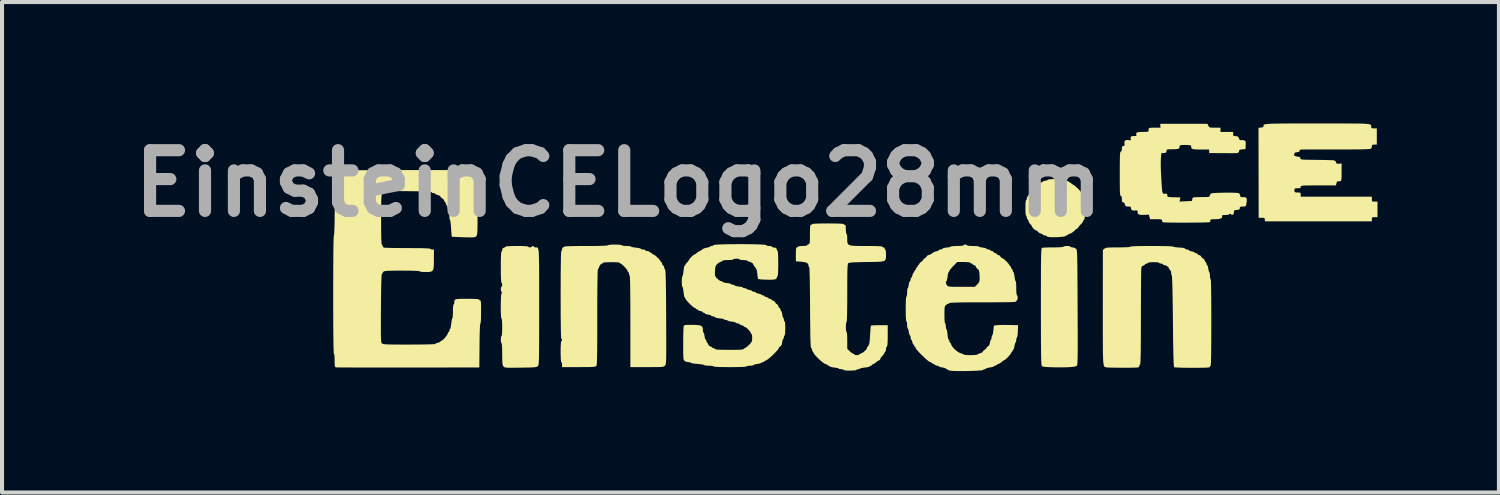
<source format=kicad_pcb>
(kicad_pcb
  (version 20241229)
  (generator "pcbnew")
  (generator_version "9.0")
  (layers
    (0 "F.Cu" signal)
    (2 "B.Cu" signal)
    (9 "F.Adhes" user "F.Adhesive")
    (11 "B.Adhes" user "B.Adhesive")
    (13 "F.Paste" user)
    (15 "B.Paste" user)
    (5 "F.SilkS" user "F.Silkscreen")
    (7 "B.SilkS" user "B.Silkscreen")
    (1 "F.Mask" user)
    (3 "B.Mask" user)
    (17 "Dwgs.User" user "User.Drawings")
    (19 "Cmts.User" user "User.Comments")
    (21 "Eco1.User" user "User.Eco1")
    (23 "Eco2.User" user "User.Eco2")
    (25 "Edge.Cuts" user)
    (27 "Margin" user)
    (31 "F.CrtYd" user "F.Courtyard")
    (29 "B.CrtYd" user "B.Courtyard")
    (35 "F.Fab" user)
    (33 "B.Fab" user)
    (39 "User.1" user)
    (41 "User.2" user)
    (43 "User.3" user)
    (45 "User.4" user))
  (footprint "EinsteinCELogo28mm"
    (layer "F.Cu")
    (at 17.969 3.062)
    (property "Reference" "EinsteinCELogo28mm" (at -5.74 -1.58 0) (layer "F.Fab") (effects (font (size 1.5 1.5) (thickness 0.3))))
    (attr board_only exclude_from_pos_files exclude_from_bom)
    (fp_poly (pts (xy 5.391 -0.032) (xy 5.422 -0.024) (xy 5.428 -0.017) (xy 5.443 -0.005) (xy 5.477 0) (xy 5.528 0.011) (xy 5.562 0.031) (xy 5.569 0.037) (xy 5.574 0.045) (xy 5.579 0.057) (xy 5.583 0.076) (xy 5.587 0.104) (xy 5.59 0.142) (xy 5.592 0.194) (xy 5.595 0.262) (xy 5.596 0.347) (xy 5.598 0.453) (xy 5.599 0.581) (xy 5.6 0.733) (xy 5.601 0.913) (xy 5.603 1.122) (xy 5.604 1.362) (xy 5.604 1.48) (xy 5.605 1.738) (xy 5.606 1.964) (xy 5.607 2.159) (xy 5.607 2.326) (xy 5.607 2.466) (xy 5.606 2.583) (xy 5.605 2.679) (xy 5.603 2.755) (xy 5.601 2.814) (xy 5.599 2.858) (xy 5.595 2.889) (xy 5.592 2.909) (xy 5.587 2.921) (xy 5.584 2.925) (xy 5.55 2.941) (xy 5.482 2.952) (xy 5.382 2.96) (xy 5.25 2.964) (xy 5.089 2.964) (xy 4.987 2.962) (xy 4.88 2.958) (xy 4.804 2.953) (xy 4.754 2.946) (xy 4.726 2.936) (xy 4.722 2.932) (xy 4.717 2.923) (xy 4.713 2.905) (xy 4.71 2.875) (xy 4.707 2.83) (xy 4.705 2.77) (xy 4.703 2.692) (xy 4.701 2.594) (xy 4.7 2.474) (xy 4.699 2.329) (xy 4.698 2.158) (xy 4.698 1.958) (xy 4.697 1.728) (xy 4.697 1.465) (xy 4.697 1.464) (xy 4.697 1.205) (xy 4.697 0.979) (xy 4.698 0.782) (xy 4.698 0.615) (xy 4.699 0.473) (xy 4.7 0.355) (xy 4.702 0.259) (xy 4.703 0.182) (xy 4.706 0.123) (xy 4.708 0.079) (xy 4.711 0.048) (xy 4.715 0.027) (xy 4.719 0.016) (xy 4.724 0.011) (xy 4.725 0.011) (xy 4.751 0.007) (xy 4.806 0.004) (xy 4.881 0.001) (xy 4.969 0.000094) (xy 5.003 0) (xy 5.107 -0.001) (xy 5.185 -0.005) (xy 5.235 -0.01) (xy 5.254 -0.017) (xy 5.254 -0.017) (xy 5.27 -0.027) (xy 5.31 -0.034) (xy 5.341 -0.035)) (stroke (width 0) (type solid)) (fill yes) (layer "F.SilkS"))
    (fp_poly (pts (xy -7.832 -0.025) (xy -7.829 -0.017) (xy -7.814 -0.004) (xy -7.79 0.000266) (xy -7.773 -0.000198) (xy -7.759 -0.000373) (xy -7.747 0.002) (xy -7.736 0.009) (xy -7.728 0.023) (xy -7.72 0.045) (xy -7.714 0.079) (xy -7.709 0.127) (xy -7.706 0.19) (xy -7.703 0.27) (xy -7.701 0.371) (xy -7.699 0.493) (xy -7.699 0.64) (xy -7.698 0.814) (xy -7.698 1.015) (xy -7.698 1.248) (xy -7.698 1.466) (xy -7.698 1.723) (xy -7.698 1.947) (xy -7.699 2.141) (xy -7.699 2.307) (xy -7.7 2.447) (xy -7.701 2.564) (xy -7.702 2.659) (xy -7.704 2.736) (xy -7.706 2.795) (xy -7.708 2.841) (xy -7.711 2.874) (xy -7.715 2.898) (xy -7.719 2.913) (xy -7.724 2.924) (xy -7.73 2.931) (xy -7.732 2.933) (xy -7.745 2.944) (xy -7.763 2.952) (xy -7.791 2.958) (xy -7.833 2.963) (xy -7.894 2.966) (xy -7.978 2.968) (xy -8.09 2.97) (xy -8.158 2.971) (xy -8.285 2.973) (xy -8.382 2.974) (xy -8.452 2.973) (xy -8.502 2.971) (xy -8.536 2.967) (xy -8.557 2.96) (xy -8.571 2.951) (xy -8.581 2.941) (xy -8.593 2.922) (xy -8.601 2.896) (xy -8.607 2.856) (xy -8.61 2.797) (xy -8.611 2.712) (xy -8.612 2.635) (xy -8.613 2.527) (xy -8.616 2.444) (xy -8.621 2.39) (xy -8.628 2.367) (xy -8.629 2.366) (xy -8.639 2.35) (xy -8.645 2.31) (xy -8.646 2.279) (xy -8.643 2.229) (xy -8.635 2.198) (xy -8.629 2.192) (xy -8.622 2.175) (xy -8.616 2.128) (xy -8.613 2.053) (xy -8.612 1.975) (xy -8.613 1.88) (xy -8.617 1.81) (xy -8.623 1.768) (xy -8.629 1.757) (xy -8.636 1.741) (xy -8.641 1.696) (xy -8.645 1.631) (xy -8.647 1.55) (xy -8.648 1.461) (xy -8.646 1.371) (xy -8.644 1.286) (xy -8.64 1.212) (xy -8.634 1.157) (xy -8.627 1.127) (xy -8.625 1.124) (xy -8.612 1.112) (xy -8.625 1.103) (xy -8.638 1.083) (xy -8.645 1.046) (xy -8.645 1.006) (xy -8.637 0.979) (xy -8.629 0.974) (xy -8.617 0.959) (xy -8.612 0.923) (xy -8.612 0.922) (xy -8.617 0.885) (xy -8.629 0.87) (xy -8.629 0.87) (xy -8.635 0.853) (xy -8.64 0.803) (xy -8.644 0.721) (xy -8.646 0.611) (xy -8.646 0.487) (xy -8.646 0.351) (xy -8.643 0.243) (xy -8.64 0.165) (xy -8.635 0.118) (xy -8.629 0.104) (xy -8.616 0.09) (xy -8.612 0.061) (xy -8.601 0.024) (xy -8.568 0.007) (xy -8.536 -0.006) (xy -8.525 -0.019) (xy -8.508 -0.025) (xy -8.463 -0.029) (xy -8.394 -0.032) (xy -8.308 -0.034) (xy -8.246 -0.035) (xy -8.135 -0.034) (xy -8.05 -0.031) (xy -7.994 -0.026) (xy -7.969 -0.019) (xy -7.968 -0.017) (xy -7.953 -0.004) (xy -7.924 0) (xy -7.892 -0.006) (xy -7.881 -0.017) (xy -7.867 -0.033) (xy -7.855 -0.035)) (stroke (width 0) (type solid)) (fill yes) (layer "F.SilkS"))
    (fp_poly (pts (xy 5.139 -1.686) (xy 5.202 -1.683) (xy 5.242 -1.678) (xy 5.254 -1.672) (xy 5.269 -1.66) (xy 5.308 -1.649) (xy 5.324 -1.646) (xy 5.367 -1.635) (xy 5.391 -1.622) (xy 5.393 -1.618) (xy 5.407 -1.602) (xy 5.419 -1.601) (xy 5.442 -1.592) (xy 5.445 -1.584) (xy 5.46 -1.567) (xy 5.482 -1.556) (xy 5.515 -1.537) (xy 5.56 -1.501) (xy 5.609 -1.456) (xy 5.655 -1.408) (xy 5.689 -1.366) (xy 5.706 -1.336) (xy 5.706 -1.333) (xy 5.715 -1.308) (xy 5.724 -1.305) (xy 5.739 -1.291) (xy 5.741 -1.28) (xy 5.754 -1.253) (xy 5.763 -1.248) (xy 5.772 -1.235) (xy 5.778 -1.202) (xy 5.782 -1.143) (xy 5.784 -1.056) (xy 5.785 -0.966) (xy 5.784 -0.854) (xy 5.781 -0.773) (xy 5.777 -0.72) (xy 5.77 -0.691) (xy 5.763 -0.683) (xy 5.743 -0.661) (xy 5.741 -0.651) (xy 5.729 -0.625) (xy 5.7 -0.587) (xy 5.68 -0.567) (xy 5.645 -0.528) (xy 5.623 -0.498) (xy 5.619 -0.489) (xy 5.606 -0.471) (xy 5.6 -0.47) (xy 5.577 -0.458) (xy 5.542 -0.428) (xy 5.522 -0.409) (xy 5.476 -0.369) (xy 5.428 -0.342) (xy 5.411 -0.337) (xy 5.375 -0.325) (xy 5.358 -0.311) (xy 5.358 -0.311) (xy 5.344 -0.297) (xy 5.334 -0.296) (xy 5.308 -0.286) (xy 5.303 -0.279) (xy 5.284 -0.271) (xy 5.239 -0.264) (xy 5.176 -0.258) (xy 5.102 -0.253) (xy 5.026 -0.251) (xy 4.958 -0.251) (xy 4.903 -0.255) (xy 4.902 -0.255) (xy 4.86 -0.264) (xy 4.838 -0.276) (xy 4.836 -0.279) (xy 4.822 -0.292) (xy 4.793 -0.296) (xy 4.76 -0.301) (xy 4.749 -0.312) (xy 4.735 -0.327) (xy 4.701 -0.339) (xy 4.655 -0.358) (xy 4.627 -0.383) (xy 4.6 -0.41) (xy 4.581 -0.418) (xy 4.553 -0.43) (xy 4.518 -0.46) (xy 4.487 -0.496) (xy 4.471 -0.525) (xy 4.471 -0.528) (xy 4.458 -0.554) (xy 4.437 -0.574) (xy 4.408 -0.609) (xy 4.392 -0.647) (xy 4.379 -0.682) (xy 4.365 -0.696) (xy 4.353 -0.711) (xy 4.349 -0.739) (xy 4.343 -0.772) (xy 4.332 -0.783) (xy 4.324 -0.8) (xy 4.318 -0.846) (xy 4.315 -0.919) (xy 4.315 -0.974) (xy 4.316 -1.061) (xy 4.32 -1.124) (xy 4.327 -1.159) (xy 4.332 -1.166) (xy 4.345 -1.181) (xy 4.349 -1.209) (xy 4.355 -1.242) (xy 4.365 -1.253) (xy 4.38 -1.267) (xy 4.391 -1.296) (xy 4.405 -1.329) (xy 4.419 -1.34) (xy 4.434 -1.354) (xy 4.436 -1.366) (xy 4.446 -1.389) (xy 4.454 -1.392) (xy 4.468 -1.406) (xy 4.471 -1.425) (xy 4.487 -1.456) (xy 4.513 -1.468) (xy 4.55 -1.489) (xy 4.567 -1.514) (xy 4.591 -1.544) (xy 4.62 -1.559) (xy 4.652 -1.572) (xy 4.662 -1.585) (xy 4.677 -1.598) (xy 4.697 -1.601) (xy 4.726 -1.608) (xy 4.732 -1.618) (xy 4.747 -1.631) (xy 4.786 -1.643) (xy 4.802 -1.646) (xy 4.845 -1.656) (xy 4.869 -1.669) (xy 4.871 -1.672) (xy 4.887 -1.678) (xy 4.931 -1.683) (xy 4.996 -1.687) (xy 5.063 -1.688)) (stroke (width 0) (type solid)) (fill yes) (layer "F.SilkS"))
    (fp_poly (pts (xy 12.178 -3.062) (xy 12.333 -3.061) (xy 12.463 -3.06) (xy 12.57 -3.059) (xy 12.655 -3.057) (xy 12.722 -3.053) (xy 12.773 -3.049) (xy 12.809 -3.043) (xy 12.833 -3.036) (xy 12.848 -3.028) (xy 12.855 -3.017) (xy 12.858 -3.005) (xy 12.857 -2.991) (xy 12.857 -2.975) (xy 12.857 -2.974) (xy 12.863 -2.952) (xy 12.888 -2.942) (xy 12.926 -2.94) (xy 12.996 -2.94) (xy 12.996 -2.74) (xy 12.996 -2.54) (xy 12.935 -2.54) (xy 12.894 -2.537) (xy 12.877 -2.522) (xy 12.874 -2.499) (xy 12.865 -2.458) (xy 12.851 -2.438) (xy 12.831 -2.433) (xy 12.783 -2.429) (xy 12.707 -2.425) (xy 12.601 -2.422) (xy 12.465 -2.421) (xy 12.296 -2.419) (xy 12.093 -2.419) (xy 12.037 -2.419) (xy 11.872 -2.419) (xy 11.714 -2.419) (xy 11.569 -2.419) (xy 11.44 -2.419) (xy 11.331 -2.419) (xy 11.246 -2.419) (xy 11.189 -2.418) (xy 11.167 -2.418) (xy 11.117 -2.416) (xy 11.093 -2.407) (xy 11.088 -2.388) (xy 11.088 -2.388) (xy 11.081 -2.366) (xy 11.05 -2.355) (xy 11.026 -2.352) (xy 10.977 -2.342) (xy 10.958 -2.322) (xy 10.958 -2.321) (xy 10.954 -2.283) (xy 10.953 -2.275) (xy 10.968 -2.259) (xy 11.012 -2.247) (xy 11.03 -2.244) (xy 11.08 -2.236) (xy 11.103 -2.222) (xy 11.108 -2.201) (xy 11.109 -2.19) (xy 11.116 -2.181) (xy 11.132 -2.175) (xy 11.162 -2.17) (xy 11.21 -2.167) (xy 11.28 -2.165) (xy 11.376 -2.164) (xy 11.503 -2.162) (xy 11.508 -2.162) (xy 11.625 -2.161) (xy 11.731 -2.159) (xy 11.822 -2.156) (xy 11.893 -2.154) (xy 11.936 -2.151) (xy 11.946 -2.149) (xy 11.98 -2.125) (xy 11.99 -2.101) (xy 11.998 -2.075) (xy 12.021 -2.066) (xy 12.061 -2.067) (xy 12.126 -2.073) (xy 12.126 -1.854) (xy 12.126 -1.762) (xy 12.124 -1.699) (xy 12.118 -1.66) (xy 12.106 -1.64) (xy 12.087 -1.633) (xy 12.057 -1.633) (xy 12.046 -1.634) (xy 12.017 -1.627) (xy 12.001 -1.596) (xy 11.998 -1.584) (xy 11.988 -1.531) (xy 11.552 -1.531) (xy 11.418 -1.531) (xy 11.315 -1.53) (xy 11.238 -1.529) (xy 11.185 -1.527) (xy 11.15 -1.523) (xy 11.129 -1.518) (xy 11.12 -1.511) (xy 11.117 -1.501) (xy 11.117 -1.496) (xy 11.112 -1.474) (xy 11.09 -1.464) (xy 11.044 -1.461) (xy 11.039 -1.461) (xy 10.99 -1.46) (xy 10.968 -1.451) (xy 10.961 -1.429) (xy 10.96 -1.409) (xy 10.963 -1.377) (xy 10.976 -1.362) (xy 11.009 -1.357) (xy 11.039 -1.357) (xy 11.087 -1.355) (xy 11.11 -1.347) (xy 11.116 -1.324) (xy 11.117 -1.305) (xy 11.117 -1.253) (xy 11.995 -1.253) (xy 12.874 -1.253) (xy 12.874 -1.192) (xy 12.876 -1.153) (xy 12.889 -1.135) (xy 12.923 -1.131) (xy 12.944 -1.131) (xy 13.013 -1.131) (xy 13.013 -0.939) (xy 13.013 -0.748) (xy 12.944 -0.748) (xy 12.899 -0.746) (xy 12.879 -0.735) (xy 12.874 -0.707) (xy 12.874 -0.696) (xy 12.874 -0.644) (xy 11.552 -0.644) (xy 10.23 -0.644) (xy 10.23 -0.687) (xy 10.226 -0.714) (xy 10.21 -0.727) (xy 10.171 -0.731) (xy 10.153 -0.731) (xy 10.077 -0.731) (xy 10.075 -1.843) (xy 10.073 -2.955) (xy 10.138 -2.961) (xy 10.185 -2.97) (xy 10.199 -2.988) (xy 10.199 -2.99) (xy 10.196 -3.003) (xy 10.196 -3.015) (xy 10.2 -3.025) (xy 10.211 -3.033) (xy 10.231 -3.04) (xy 10.263 -3.046) (xy 10.308 -3.05) (xy 10.368 -3.054) (xy 10.447 -3.057) (xy 10.547 -3.059) (xy 10.669 -3.06) (xy 10.815 -3.061) (xy 10.989 -3.062) (xy 11.192 -3.062) (xy 11.427 -3.062) (xy 11.535 -3.062) (xy 11.781 -3.062) (xy 11.994 -3.062)) (stroke (width 0) (type solid)) (fill yes) (layer "F.SilkS"))
    (fp_poly (pts (xy -5.747 -0.068) (xy -5.689 -0.063) (xy -5.658 -0.056) (xy -5.654 -0.052) (xy -5.638 -0.043) (xy -5.596 -0.037) (xy -5.541 -0.035) (xy -5.483 -0.033) (xy -5.443 -0.027) (xy -5.428 -0.02) (xy -5.412 -0.011) (xy -5.37 -0.002) (xy -5.312 0.006) (xy -5.311 0.006) (xy -5.251 0.014) (xy -5.206 0.024) (xy -5.187 0.035) (xy -5.187 0.035) (xy -5.168 0.047) (xy -5.131 0.052) (xy -5.095 0.057) (xy -5.08 0.07) (xy -5.065 0.083) (xy -5.038 0.087) (xy -4.994 0.097) (xy -4.969 0.113) (xy -4.94 0.134) (xy -4.925 0.139) (xy -4.907 0.152) (xy -4.906 0.157) (xy -4.892 0.172) (xy -4.878 0.174) (xy -4.852 0.186) (xy -4.813 0.216) (xy -4.77 0.256) (xy -4.73 0.297) (xy -4.704 0.331) (xy -4.697 0.347) (xy -4.685 0.365) (xy -4.68 0.365) (xy -4.666 0.38) (xy -4.662 0.401) (xy -4.651 0.434) (xy -4.636 0.446) (xy -4.616 0.469) (xy -4.61 0.496) (xy -4.602 0.53) (xy -4.589 0.544) (xy -4.584 0.552) (xy -4.58 0.576) (xy -4.577 0.617) (xy -4.574 0.677) (xy -4.571 0.758) (xy -4.569 0.863) (xy -4.567 0.993) (xy -4.565 1.15) (xy -4.563 1.337) (xy -4.562 1.555) (xy -4.561 1.715) (xy -4.56 1.945) (xy -4.559 2.143) (xy -4.559 2.31) (xy -4.559 2.451) (xy -4.559 2.567) (xy -4.56 2.661) (xy -4.561 2.735) (xy -4.563 2.792) (xy -4.566 2.835) (xy -4.569 2.866) (xy -4.573 2.887) (xy -4.578 2.902) (xy -4.584 2.912) (xy -4.589 2.919) (xy -4.601 2.931) (xy -4.615 2.94) (xy -4.635 2.947) (xy -4.667 2.952) (xy -4.715 2.955) (xy -4.782 2.957) (xy -4.875 2.957) (xy -4.996 2.958) (xy -5.034 2.958) (xy -5.445 2.958) (xy -5.445 1.827) (xy -5.446 1.571) (xy -5.446 1.346) (xy -5.448 1.155) (xy -5.45 0.996) (xy -5.452 0.87) (xy -5.455 0.778) (xy -5.458 0.72) (xy -5.462 0.696) (xy -5.463 0.696) (xy -5.476 0.681) (xy -5.48 0.652) (xy -5.486 0.62) (xy -5.498 0.609) (xy -5.513 0.595) (xy -5.515 0.581) (xy -5.527 0.555) (xy -5.557 0.516) (xy -5.597 0.473) (xy -5.638 0.433) (xy -5.672 0.407) (xy -5.688 0.4) (xy -5.706 0.387) (xy -5.706 0.383) (xy -5.723 0.375) (xy -5.771 0.369) (xy -5.845 0.366) (xy -5.915 0.365) (xy -6.007 0.367) (xy -6.075 0.371) (xy -6.114 0.377) (xy -6.124 0.383) (xy -6.137 0.399) (xy -6.142 0.4) (xy -6.176 0.416) (xy -6.205 0.455) (xy -6.221 0.494) (xy -6.234 0.527) (xy -6.248 0.539) (xy -6.25 0.556) (xy -6.253 0.606) (xy -6.255 0.685) (xy -6.257 0.792) (xy -6.259 0.924) (xy -6.261 1.079) (xy -6.262 1.254) (xy -6.263 1.448) (xy -6.263 1.657) (xy -6.263 1.724) (xy -6.263 1.96) (xy -6.263 2.164) (xy -6.264 2.338) (xy -6.265 2.484) (xy -6.266 2.604) (xy -6.268 2.702) (xy -6.27 2.778) (xy -6.272 2.837) (xy -6.275 2.879) (xy -6.279 2.908) (xy -6.283 2.925) (xy -6.288 2.933) (xy -6.302 2.941) (xy -6.329 2.947) (xy -6.373 2.952) (xy -6.437 2.955) (xy -6.526 2.957) (xy -6.643 2.957) (xy -6.723 2.958) (xy -7.133 2.958) (xy -7.133 2.897) (xy -7.137 2.856) (xy -7.148 2.836) (xy -7.15 2.836) (xy -7.157 2.819) (xy -7.163 2.77) (xy -7.166 2.693) (xy -7.168 2.589) (xy -7.168 2.575) (xy -7.167 2.468) (xy -7.163 2.388) (xy -7.158 2.335) (xy -7.151 2.314) (xy -7.15 2.314) (xy -7.135 2.3) (xy -7.133 2.288) (xy -7.142 2.265) (xy -7.15 2.262) (xy -7.154 2.244) (xy -7.158 2.193) (xy -7.161 2.107) (xy -7.163 1.988) (xy -7.165 1.835) (xy -7.167 1.65) (xy -7.167 1.432) (xy -7.168 1.183) (xy -7.168 1.174) (xy -7.167 0.924) (xy -7.167 0.705) (xy -7.165 0.519) (xy -7.163 0.365) (xy -7.161 0.245) (xy -7.158 0.158) (xy -7.154 0.105) (xy -7.15 0.087) (xy -7.15 0.087) (xy -7.137 0.072) (xy -7.133 0.043) (xy -7.124 0.009) (xy -7.107 0) (xy -7.084 -0.009) (xy -7.081 -0.017) (xy -7.063 -0.023) (xy -7.013 -0.027) (xy -6.929 -0.031) (xy -6.814 -0.033) (xy -6.669 -0.034) (xy -6.541 -0.035) (xy -6.374 -0.035) (xy -6.236 -0.037) (xy -6.129 -0.04) (xy -6.054 -0.043) (xy -6.012 -0.048) (xy -6.002 -0.052) (xy -5.986 -0.06) (xy -5.939 -0.066) (xy -5.868 -0.069) (xy -5.828 -0.07)) (stroke (width 0) (type solid)) (fill yes) (layer "F.SilkS"))
    (fp_poly (pts (xy 7.574 -0.034) (xy 7.697 -0.033) (xy 7.801 -0.031) (xy 7.884 -0.028) (xy 7.94 -0.024) (xy 7.966 -0.02) (xy 7.968 -0.019) (xy 7.984 -0.011) (xy 8.027 -0.004) (xy 8.088 0.002) (xy 8.11 0.003) (xy 8.192 0.009) (xy 8.242 0.019) (xy 8.259 0.031) (xy 8.28 0.047) (xy 8.309 0.052) (xy 8.341 0.058) (xy 8.351 0.069) (xy 8.366 0.083) (xy 8.404 0.095) (xy 8.42 0.098) (xy 8.464 0.108) (xy 8.488 0.12) (xy 8.49 0.124) (xy 8.504 0.137) (xy 8.523 0.139) (xy 8.555 0.151) (xy 8.566 0.165) (xy 8.589 0.187) (xy 8.61 0.191) (xy 8.643 0.206) (xy 8.655 0.225) (xy 8.679 0.259) (xy 8.699 0.27) (xy 8.73 0.294) (xy 8.744 0.323) (xy 8.757 0.355) (xy 8.77 0.365) (xy 8.783 0.38) (xy 8.786 0.399) (xy 8.794 0.429) (xy 8.805 0.438) (xy 8.818 0.458) (xy 8.829 0.5) (xy 8.833 0.527) (xy 8.841 0.575) (xy 8.852 0.604) (xy 8.857 0.609) (xy 8.866 0.625) (xy 8.872 0.665) (xy 8.873 0.696) (xy 8.876 0.746) (xy 8.884 0.777) (xy 8.89 0.783) (xy 8.894 0.8) (xy 8.898 0.852) (xy 8.901 0.938) (xy 8.903 1.057) (xy 8.905 1.209) (xy 8.906 1.394) (xy 8.907 1.612) (xy 8.907 1.853) (xy 8.907 2.101) (xy 8.906 2.318) (xy 8.905 2.502) (xy 8.903 2.653) (xy 8.9 2.771) (xy 8.897 2.856) (xy 8.894 2.906) (xy 8.89 2.923) (xy 8.875 2.937) (xy 8.873 2.949) (xy 8.869 2.957) (xy 8.854 2.963) (xy 8.826 2.968) (xy 8.779 2.971) (xy 8.71 2.973) (xy 8.615 2.974) (xy 8.491 2.975) (xy 8.442 2.975) (xy 8.322 2.974) (xy 8.214 2.973) (xy 8.121 2.97) (xy 8.05 2.967) (xy 8.004 2.964) (xy 7.99 2.961) (xy 7.986 2.95) (xy 7.982 2.92) (xy 7.978 2.87) (xy 7.975 2.798) (xy 7.972 2.702) (xy 7.969 2.581) (xy 7.966 2.432) (xy 7.963 2.253) (xy 7.961 2.044) (xy 7.959 1.826) (xy 7.957 1.608) (xy 7.954 1.409) (xy 7.951 1.229) (xy 7.948 1.073) (xy 7.945 0.94) (xy 7.941 0.835) (xy 7.938 0.758) (xy 7.935 0.712) (xy 7.932 0.699) (xy 7.921 0.679) (xy 7.916 0.639) (xy 7.916 0.634) (xy 7.912 0.594) (xy 7.901 0.574) (xy 7.9 0.574) (xy 7.882 0.56) (xy 7.871 0.536) (xy 7.84 0.48) (xy 7.787 0.448) (xy 7.76 0.441) (xy 7.723 0.43) (xy 7.707 0.416) (xy 7.707 0.415) (xy 7.692 0.404) (xy 7.663 0.4) (xy 7.631 0.394) (xy 7.62 0.383) (xy 7.604 0.374) (xy 7.559 0.368) (xy 7.493 0.365) (xy 7.481 0.365) (xy 7.412 0.367) (xy 7.363 0.373) (xy 7.342 0.381) (xy 7.342 0.383) (xy 7.327 0.397) (xy 7.309 0.4) (xy 7.276 0.412) (xy 7.266 0.426) (xy 7.242 0.448) (xy 7.223 0.452) (xy 7.194 0.466) (xy 7.179 0.507) (xy 7.177 0.533) (xy 7.175 0.591) (xy 7.173 0.678) (xy 7.172 0.791) (xy 7.171 0.926) (xy 7.169 1.081) (xy 7.169 1.252) (xy 7.168 1.438) (xy 7.168 1.633) (xy 7.168 1.725) (xy 7.167 1.985) (xy 7.167 2.213) (xy 7.165 2.408) (xy 7.164 2.571) (xy 7.161 2.701) (xy 7.159 2.797) (xy 7.155 2.859) (xy 7.151 2.886) (xy 7.15 2.888) (xy 7.136 2.902) (xy 7.133 2.921) (xy 7.12 2.954) (xy 7.105 2.964) (xy 7.08 2.968) (xy 7.025 2.97) (xy 6.949 2.972) (xy 6.856 2.973) (xy 6.755 2.973) (xy 6.65 2.973) (xy 6.548 2.972) (xy 6.456 2.971) (xy 6.379 2.968) (xy 6.324 2.966) (xy 6.298 2.962) (xy 6.298 2.962) (xy 6.285 2.957) (xy 6.274 2.952) (xy 6.265 2.943) (xy 6.256 2.929) (xy 6.25 2.908) (xy 6.244 2.877) (xy 6.239 2.835) (xy 6.235 2.778) (xy 6.232 2.704) (xy 6.23 2.613) (xy 6.229 2.5) (xy 6.228 2.364) (xy 6.227 2.203) (xy 6.227 2.014) (xy 6.227 1.796) (xy 6.227 1.545) (xy 6.227 1.486) (xy 6.228 0.065) (xy 6.265 0.033) (xy 6.282 0.021) (xy 6.305 0.012) (xy 6.339 0.006) (xy 6.389 0.003) (xy 6.461 0.001) (xy 6.561 0.000037) (xy 6.605 0) (xy 6.722 -0.001) (xy 6.812 -0.004) (xy 6.874 -0.008) (xy 6.904 -0.015) (xy 6.907 -0.017) (xy 6.924 -0.023) (xy 6.975 -0.027) (xy 7.058 -0.031) (xy 7.173 -0.033) (xy 7.318 -0.035) (xy 7.437 -0.035)) (stroke (width 0) (type solid)) (fill yes) (layer "F.SilkS"))
    (fp_poly (pts (xy -0.428 -0.591) (xy -0.318 -0.589) (xy -0.238 -0.585) (xy -0.189 -0.58) (xy -0.174 -0.574) (xy -0.16 -0.559) (xy -0.148 -0.557) (xy -0.133 -0.549) (xy -0.125 -0.522) (xy -0.122 -0.469) (xy -0.122 -0.444) (xy -0.119 -0.385) (xy -0.113 -0.344) (xy -0.104 -0.331) (xy -0.095 -0.315) (xy -0.089 -0.272) (xy -0.087 -0.217) (xy -0.087 -0.163) (xy -0.083 -0.121) (xy -0.072 -0.089) (xy -0.051 -0.066) (xy -0.014 -0.051) (xy 0.041 -0.042) (xy 0.119 -0.037) (xy 0.223 -0.035) (xy 0.358 -0.035) (xy 0.383 -0.035) (xy 0.522 -0.034) (xy 0.634 -0.032) (xy 0.715 -0.028) (xy 0.766 -0.023) (xy 0.783 -0.017) (xy 0.783 -0.017) (xy 0.797 -0.002) (xy 0.809 0) (xy 0.832 0.014) (xy 0.835 0.026) (xy 0.844 0.049) (xy 0.852 0.052) (xy 0.861 0.068) (xy 0.868 0.112) (xy 0.87 0.174) (xy 0.87 0.175) (xy 0.87 0.228) (xy 0.868 0.27) (xy 0.859 0.301) (xy 0.84 0.324) (xy 0.808 0.34) (xy 0.757 0.35) (xy 0.686 0.356) (xy 0.589 0.359) (xy 0.463 0.361) (xy 0.386 0.362) (xy 0.246 0.364) (xy 0.137 0.367) (xy 0.056 0.37) (xy -0.001 0.375) (xy -0.039 0.381) (xy -0.059 0.388) (xy -0.063 0.391) (xy -0.069 0.403) (xy -0.074 0.426) (xy -0.078 0.465) (xy -0.081 0.521) (xy -0.084 0.598) (xy -0.085 0.698) (xy -0.086 0.825) (xy -0.087 0.982) (xy -0.087 1.13) (xy -0.087 1.327) (xy -0.089 1.494) (xy -0.091 1.629) (xy -0.094 1.732) (xy -0.097 1.802) (xy -0.102 1.839) (xy -0.104 1.844) (xy -0.113 1.86) (xy -0.119 1.903) (xy -0.122 1.966) (xy -0.122 1.966) (xy -0.119 2.028) (xy -0.113 2.072) (xy -0.104 2.088) (xy -0.104 2.088) (xy -0.097 2.104) (xy -0.091 2.152) (xy -0.088 2.226) (xy -0.087 2.297) (xy -0.087 2.506) (xy -0.025 2.566) (xy 0.016 2.602) (xy 0.051 2.623) (xy 0.062 2.627) (xy 0.085 2.637) (xy 0.087 2.644) (xy 0.102 2.656) (xy 0.14 2.662) (xy 0.148 2.662) (xy 0.188 2.658) (xy 0.208 2.648) (xy 0.209 2.646) (xy 0.224 2.631) (xy 0.253 2.62) (xy 0.297 2.599) (xy 0.342 2.564) (xy 0.38 2.524) (xy 0.399 2.488) (xy 0.4 2.482) (xy 0.409 2.457) (xy 0.418 2.453) (xy 0.433 2.439) (xy 0.435 2.427) (xy 0.443 2.404) (xy 0.45 2.401) (xy 0.456 2.385) (xy 0.463 2.34) (xy 0.47 2.273) (xy 0.476 2.191) (xy 0.477 2.17) (xy 0.483 2.084) (xy 0.488 2.012) (xy 0.493 1.959) (xy 0.498 1.933) (xy 0.499 1.931) (xy 0.518 1.928) (xy 0.566 1.925) (xy 0.634 1.923) (xy 0.71 1.922) (xy 0.913 1.922) (xy 0.913 2.182) (xy 0.912 2.292) (xy 0.909 2.37) (xy 0.903 2.42) (xy 0.895 2.445) (xy 0.891 2.449) (xy 0.877 2.469) (xy 0.87 2.51) (xy 0.87 2.515) (xy 0.865 2.555) (xy 0.854 2.574) (xy 0.852 2.575) (xy 0.837 2.589) (xy 0.835 2.601) (xy 0.823 2.628) (xy 0.794 2.665) (xy 0.783 2.677) (xy 0.75 2.714) (xy 0.732 2.747) (xy 0.731 2.754) (xy 0.716 2.78) (xy 0.693 2.793) (xy 0.654 2.814) (xy 0.614 2.847) (xy 0.578 2.875) (xy 0.548 2.888) (xy 0.547 2.888) (xy 0.525 2.898) (xy 0.522 2.905) (xy 0.508 2.921) (xy 0.497 2.923) (xy 0.471 2.933) (xy 0.467 2.94) (xy 0.448 2.951) (xy 0.404 2.961) (xy 0.344 2.969) (xy 0.344 2.969) (xy 0.285 2.977) (xy 0.243 2.986) (xy 0.226 2.995) (xy 0.226 2.995) (xy 0.211 3.006) (xy 0.183 3.01) (xy 0.15 3.016) (xy 0.139 3.027) (xy 0.123 3.035) (xy 0.077 3.041) (xy 0.009 3.044) (xy -0.017 3.045) (xy -0.092 3.043) (xy -0.146 3.038) (xy -0.172 3.03) (xy -0.174 3.027) (xy -0.189 3.016) (xy -0.227 3.01) (xy -0.235 3.01) (xy -0.275 3.006) (xy -0.295 2.997) (xy -0.296 2.995) (xy -0.312 2.985) (xy -0.353 2.976) (xy -0.404 2.969) (xy -0.462 2.96) (xy -0.503 2.949) (xy -0.519 2.94) (xy -0.539 2.924) (xy -0.549 2.923) (xy -0.572 2.914) (xy -0.574 2.908) (xy -0.589 2.894) (xy -0.625 2.882) (xy -0.626 2.882) (xy -0.659 2.866) (xy -0.706 2.831) (xy -0.761 2.784) (xy -0.816 2.732) (xy -0.866 2.68) (xy -0.903 2.635) (xy -0.921 2.604) (xy -0.922 2.6) (xy -0.932 2.577) (xy -0.939 2.575) (xy -0.953 2.56) (xy -0.957 2.533) (xy -0.965 2.498) (xy -0.979 2.483) (xy -0.983 2.475) (xy -0.988 2.45) (xy -0.991 2.408) (xy -0.995 2.346) (xy -0.997 2.262) (xy -1 2.153) (xy -1.001 2.018) (xy -1.003 1.855) (xy -1.005 1.66) (xy -1.006 1.482) (xy -1.007 1.27) (xy -1.009 1.079) (xy -1.011 0.912) (xy -1.014 0.77) (xy -1.017 0.654) (xy -1.02 0.567) (xy -1.023 0.511) (xy -1.027 0.488) (xy -1.027 0.487) (xy -1.041 0.472) (xy -1.044 0.451) (xy -1.052 0.412) (xy -1.082 0.384) (xy -1.136 0.366) (xy -1.219 0.354) (xy -1.225 0.354) (xy -1.357 0.343) (xy -1.357 0.171) (xy -1.356 0.091) (xy -1.353 0.04) (xy -1.346 0.011) (xy -1.336 0.001) (xy -1.331 0) (xy -1.308 -0.009) (xy -1.305 -0.017) (xy -1.289 -0.026) (xy -1.246 -0.033) (xy -1.192 -0.035) (xy -1.134 -0.037) (xy -1.093 -0.043) (xy -1.079 -0.051) (xy -1.064 -0.069) (xy -1.044 -0.078) (xy -1.03 -0.085) (xy -1.02 -0.098) (xy -1.014 -0.124) (xy -1.011 -0.168) (xy -1.009 -0.236) (xy -1.009 -0.323) (xy -1.008 -0.419) (xy -1.006 -0.485) (xy -1.002 -0.527) (xy -0.996 -0.549) (xy -0.986 -0.556) (xy -0.983 -0.557) (xy -0.96 -0.566) (xy -0.957 -0.574) (xy -0.94 -0.58) (xy -0.89 -0.585) (xy -0.808 -0.589) (xy -0.697 -0.591) (xy -0.565 -0.592)) (stroke (width 0) (type solid)) (fill yes) (layer "F.SilkS"))
    (fp_poly (pts (xy 8.834 -3.005) (xy 8.847 -2.982) (xy 8.864 -2.967) (xy 8.894 -2.96) (xy 8.944 -2.958) (xy 8.995 -2.958) (xy 9.134 -2.958) (xy 9.134 -2.905) (xy 9.134 -2.853) (xy 9.29 -2.853) (xy 9.447 -2.853) (xy 9.447 -2.801) (xy 9.45 -2.766) (xy 9.467 -2.752) (xy 9.508 -2.749) (xy 9.509 -2.749) (xy 9.552 -2.744) (xy 9.576 -2.724) (xy 9.589 -2.695) (xy 9.608 -2.658) (xy 9.632 -2.649) (xy 9.642 -2.65) (xy 9.685 -2.651) (xy 9.719 -2.643) (xy 9.743 -2.631) (xy 9.755 -2.612) (xy 9.758 -2.575) (xy 9.756 -2.527) (xy 9.751 -2.427) (xy 9.669 -2.422) (xy 9.615 -2.414) (xy 9.595 -2.4) (xy 9.595 -2.396) (xy 9.593 -2.36) (xy 9.564 -2.335) (xy 9.542 -2.329) (xy 9.514 -2.328) (xy 9.458 -2.328) (xy 9.379 -2.327) (xy 9.284 -2.328) (xy 9.181 -2.328) (xy 8.855 -2.331) (xy 8.855 -2.375) (xy 8.855 -2.418) (xy 8.647 -2.418) (xy 8.553 -2.419) (xy 8.488 -2.423) (xy 8.447 -2.431) (xy 8.424 -2.444) (xy 8.413 -2.465) (xy 8.41 -2.479) (xy 8.406 -2.513) (xy 8.406 -2.514) (xy 8.388 -2.522) (xy 8.343 -2.528) (xy 8.278 -2.531) (xy 8.264 -2.531) (xy 8.191 -2.53) (xy 8.147 -2.524) (xy 8.126 -2.512) (xy 8.122 -2.492) (xy 8.123 -2.482) (xy 8.118 -2.453) (xy 8.087 -2.435) (xy 8.029 -2.426) (xy 7.946 -2.424) (xy 7.873 -2.424) (xy 7.829 -2.42) (xy 7.807 -2.412) (xy 7.801 -2.4) (xy 7.798 -2.362) (xy 7.797 -2.353) (xy 7.779 -2.338) (xy 7.738 -2.331) (xy 7.734 -2.331) (xy 7.675 -2.331) (xy 7.663 -2.222) (xy 7.659 -2.148) (xy 7.658 -2.045) (xy 7.661 -1.916) (xy 7.668 -1.768) (xy 7.677 -1.605) (xy 7.682 -1.54) (xy 7.688 -1.449) (xy 7.695 -1.388) (xy 7.704 -1.351) (xy 7.717 -1.332) (xy 7.736 -1.326) (xy 7.763 -1.326) (xy 7.764 -1.327) (xy 7.803 -1.326) (xy 7.818 -1.312) (xy 7.82 -1.287) (xy 7.821 -1.267) (xy 7.83 -1.254) (xy 7.852 -1.246) (xy 7.894 -1.242) (xy 7.963 -1.239) (xy 7.982 -1.239) (xy 8.144 -1.234) (xy 8.133 -1.183) (xy 8.122 -1.132) (xy 8.267 -1.139) (xy 8.335 -1.142) (xy 8.389 -1.145) (xy 8.421 -1.147) (xy 8.425 -1.147) (xy 8.434 -1.163) (xy 8.438 -1.192) (xy 8.439 -1.211) (xy 8.446 -1.224) (xy 8.465 -1.233) (xy 8.499 -1.239) (xy 8.554 -1.241) (xy 8.635 -1.243) (xy 8.716 -1.243) (xy 8.788 -1.244) (xy 8.832 -1.247) (xy 8.856 -1.255) (xy 8.866 -1.268) (xy 8.869 -1.282) (xy 8.886 -1.318) (xy 8.904 -1.333) (xy 8.934 -1.339) (xy 8.992 -1.344) (xy 9.069 -1.348) (xy 9.16 -1.35) (xy 9.257 -1.352) (xy 9.353 -1.352) (xy 9.441 -1.351) (xy 9.515 -1.348) (xy 9.566 -1.344) (xy 9.587 -1.339) (xy 9.614 -1.309) (xy 9.621 -1.28) (xy 9.625 -1.254) (xy 9.643 -1.243) (xy 9.686 -1.241) (xy 9.691 -1.242) (xy 9.74 -1.239) (xy 9.77 -1.225) (xy 9.784 -1.195) (xy 9.783 -1.143) (xy 9.77 -1.063) (xy 9.767 -1.048) (xy 9.757 -1.023) (xy 9.732 -1.012) (xy 9.684 -1.009) (xy 9.637 -1.007) (xy 9.616 -0.997) (xy 9.61 -0.975) (xy 9.611 -0.97) (xy 9.607 -0.945) (xy 9.587 -0.932) (xy 9.543 -0.926) (xy 9.537 -0.925) (xy 9.49 -0.92) (xy 9.47 -0.909) (xy 9.466 -0.886) (xy 9.467 -0.875) (xy 9.462 -0.836) (xy 9.442 -0.809) (xy 9.416 -0.802) (xy 9.395 -0.818) (xy 9.376 -0.834) (xy 9.357 -0.822) (xy 9.328 -0.809) (xy 9.278 -0.801) (xy 9.25 -0.8) (xy 9.199 -0.798) (xy 9.176 -0.791) (xy 9.174 -0.775) (xy 9.174 -0.775) (xy 9.174 -0.738) (xy 9.141 -0.713) (xy 9.075 -0.699) (xy 9.002 -0.696) (xy 8.936 -0.695) (xy 8.899 -0.691) (xy 8.884 -0.683) (xy 8.884 -0.669) (xy 8.884 -0.668) (xy 8.882 -0.636) (xy 8.871 -0.624) (xy 8.849 -0.621) (xy 8.797 -0.618) (xy 8.721 -0.616) (xy 8.625 -0.614) (xy 8.515 -0.613) (xy 8.396 -0.612) (xy 8.272 -0.611) (xy 8.149 -0.611) (xy 8.031 -0.612) (xy 7.925 -0.613) (xy 7.835 -0.614) (xy 7.765 -0.617) (xy 7.722 -0.619) (xy 7.711 -0.621) (xy 7.693 -0.643) (xy 7.69 -0.663) (xy 7.686 -0.679) (xy 7.673 -0.689) (xy 7.641 -0.694) (xy 7.585 -0.696) (xy 7.542 -0.696) (xy 7.395 -0.696) (xy 7.38 -0.752) (xy 7.366 -0.809) (xy 7.249 -0.803) (xy 7.164 -0.804) (xy 7.11 -0.817) (xy 7.087 -0.843) (xy 7.09 -0.87) (xy 7.085 -0.899) (xy 7.059 -0.916) (xy 7.027 -0.913) (xy 7.026 -0.912) (xy 6.998 -0.908) (xy 6.967 -0.912) (xy 6.932 -0.932) (xy 6.924 -0.966) (xy 6.92 -0.994) (xy 6.902 -1.006) (xy 6.86 -1.009) (xy 6.854 -1.009) (xy 6.808 -1.012) (xy 6.786 -1.025) (xy 6.775 -1.055) (xy 6.774 -1.061) (xy 6.756 -1.102) (xy 6.731 -1.113) (xy 6.71 -1.119) (xy 6.7 -1.143) (xy 6.698 -1.192) (xy 6.695 -1.243) (xy 6.683 -1.267) (xy 6.672 -1.27) (xy 6.665 -1.274) (xy 6.659 -1.287) (xy 6.654 -1.314) (xy 6.651 -1.357) (xy 6.648 -1.42) (xy 6.647 -1.506) (xy 6.646 -1.619) (xy 6.646 -1.762) (xy 6.646 -1.818) (xy 6.646 -1.972) (xy 6.647 -2.095) (xy 6.648 -2.19) (xy 6.65 -2.261) (xy 6.653 -2.31) (xy 6.657 -2.342) (xy 6.662 -2.359) (xy 6.669 -2.366) (xy 6.672 -2.366) (xy 6.69 -2.378) (xy 6.697 -2.416) (xy 6.698 -2.436) (xy 6.701 -2.481) (xy 6.712 -2.501) (xy 6.735 -2.505) (xy 6.76 -2.511) (xy 6.765 -2.535) (xy 6.762 -2.553) (xy 6.76 -2.611) (xy 6.782 -2.644) (xy 6.829 -2.654) (xy 6.856 -2.651) (xy 6.9 -2.645) (xy 6.918 -2.65) (xy 6.918 -2.67) (xy 6.915 -2.684) (xy 6.914 -2.724) (xy 6.94 -2.747) (xy 6.994 -2.752) (xy 7.008 -2.751) (xy 7.048 -2.752) (xy 7.06 -2.763) (xy 7.057 -2.774) (xy 7.049 -2.809) (xy 7.061 -2.833) (xy 7.096 -2.846) (xy 7.158 -2.852) (xy 7.214 -2.853) (xy 7.286 -2.854) (xy 7.33 -2.857) (xy 7.352 -2.864) (xy 7.358 -2.877) (xy 7.358 -2.884) (xy 7.356 -2.919) (xy 7.364 -2.94) (xy 7.387 -2.952) (xy 7.431 -2.957) (xy 7.505 -2.958) (xy 7.506 -2.958) (xy 7.653 -2.958) (xy 7.649 -3.005) (xy 7.646 -3.053) (xy 8.229 -3.053) (xy 8.811 -3.053)) (stroke (width 0) (type solid)) (fill yes) (layer "F.SilkS"))
    (fp_poly (pts (xy -10.117 -1.911) (xy -9.926 -1.911) (xy -9.755 -1.91) (xy -9.605 -1.91) (xy -9.479 -1.909) (xy -9.379 -1.908) (xy -9.308 -1.907) (xy -9.268 -1.906) (xy -9.26 -1.905) (xy -9.227 -1.884) (xy -9.221 -1.861) (xy -9.213 -1.833) (xy -9.203 -1.827) (xy -9.196 -1.81) (xy -9.19 -1.762) (xy -9.187 -1.685) (xy -9.186 -1.583) (xy -9.186 -1.583) (xy -9.187 -1.482) (xy -9.19 -1.405) (xy -9.196 -1.356) (xy -9.203 -1.34) (xy -9.203 -1.34) (xy -9.209 -1.322) (xy -9.213 -1.272) (xy -9.217 -1.188) (xy -9.219 -1.074) (xy -9.22 -0.929) (xy -9.221 -0.826) (xy -9.221 -0.678) (xy -9.221 -0.56) (xy -9.222 -0.47) (xy -9.225 -0.403) (xy -9.228 -0.355) (xy -9.232 -0.322) (xy -9.238 -0.3) (xy -9.246 -0.285) (xy -9.253 -0.277) (xy -9.267 -0.264) (xy -9.285 -0.255) (xy -9.312 -0.25) (xy -9.355 -0.247) (xy -9.419 -0.247) (xy -9.508 -0.249) (xy -9.568 -0.251) (xy -9.663 -0.254) (xy -9.746 -0.258) (xy -9.81 -0.261) (xy -9.848 -0.264) (xy -9.857 -0.266) (xy -9.861 -0.285) (xy -9.865 -0.331) (xy -9.87 -0.398) (xy -9.875 -0.475) (xy -9.881 -0.555) (xy -9.888 -0.62) (xy -9.895 -0.663) (xy -9.902 -0.678) (xy -9.91 -0.694) (xy -9.915 -0.734) (xy -9.916 -0.765) (xy -9.919 -0.815) (xy -9.926 -0.847) (xy -9.932 -0.852) (xy -9.942 -0.868) (xy -9.951 -0.908) (xy -9.956 -0.943) (xy -9.964 -0.995) (xy -9.976 -1.031) (xy -9.984 -1.04) (xy -10 -1.061) (xy -10.003 -1.08) (xy -10.01 -1.108) (xy -10.019 -1.113) (xy -10.034 -1.128) (xy -10.045 -1.156) (xy -10.066 -1.193) (xy -10.09 -1.209) (xy -10.123 -1.233) (xy -10.134 -1.252) (xy -10.159 -1.279) (xy -10.204 -1.295) (xy -10.244 -1.307) (xy -10.264 -1.321) (xy -10.264 -1.323) (xy -10.279 -1.336) (xy -10.306 -1.34) (xy -10.341 -1.347) (xy -10.356 -1.361) (xy -10.366 -1.368) (xy -10.396 -1.373) (xy -10.446 -1.377) (xy -10.52 -1.381) (xy -10.621 -1.384) (xy -10.751 -1.387) (xy -10.914 -1.389) (xy -10.922 -1.389) (xy -11.06 -1.39) (xy -11.189 -1.391) (xy -11.303 -1.391) (xy -11.398 -1.39) (xy -11.47 -1.388) (xy -11.515 -1.386) (xy -11.525 -1.385) (xy -11.562 -1.363) (xy -11.569 -1.339) (xy -11.577 -1.311) (xy -11.587 -1.305) (xy -11.592 -1.288) (xy -11.596 -1.236) (xy -11.599 -1.152) (xy -11.602 -1.036) (xy -11.603 -0.889) (xy -11.604 -0.711) (xy -11.604 -0.687) (xy -11.603 -0.506) (xy -11.602 -0.355) (xy -11.6 -0.235) (xy -11.596 -0.147) (xy -11.592 -0.091) (xy -11.587 -0.07) (xy -11.587 -0.07) (xy -11.572 -0.055) (xy -11.569 -0.037) (xy -11.554 -0.006) (xy -11.53 0.006) (xy -11.503 0.009) (xy -11.447 0.011) (xy -11.364 0.013) (xy -11.26 0.015) (xy -11.14 0.016) (xy -11.007 0.017) (xy -10.939 0.017) (xy -10.769 0.018) (xy -10.629 0.019) (xy -10.52 0.022) (xy -10.442 0.026) (xy -10.398 0.03) (xy -10.386 0.035) (xy -10.371 0.048) (xy -10.343 0.052) (xy -10.299 0.052) (xy -10.299 0.293) (xy -10.3 0.405) (xy -10.304 0.487) (xy -10.315 0.543) (xy -10.336 0.579) (xy -10.369 0.598) (xy -10.418 0.607) (xy -10.486 0.609) (xy -10.506 0.609) (xy -10.575 0.607) (xy -10.625 0.601) (xy -10.647 0.593) (xy -10.647 0.592) (xy -10.664 0.586) (xy -10.715 0.581) (xy -10.797 0.577) (xy -10.91 0.575) (xy -11.051 0.574) (xy -11.083 0.574) (xy -11.223 0.574) (xy -11.332 0.576) (xy -11.413 0.578) (xy -11.471 0.581) (xy -11.51 0.586) (xy -11.534 0.592) (xy -11.544 0.599) (xy -11.565 0.627) (xy -11.569 0.641) (xy -11.583 0.663) (xy -11.586 0.664) (xy -11.59 0.682) (xy -11.593 0.734) (xy -11.597 0.816) (xy -11.6 0.926) (xy -11.603 1.064) (xy -11.605 1.226) (xy -11.607 1.41) (xy -11.608 1.506) (xy -11.609 1.699) (xy -11.609 1.861) (xy -11.609 1.993) (xy -11.609 2.1) (xy -11.608 2.184) (xy -11.606 2.248) (xy -11.603 2.295) (xy -11.6 2.328) (xy -11.595 2.35) (xy -11.59 2.363) (xy -11.583 2.371) (xy -11.573 2.379) (xy -11.557 2.385) (xy -11.531 2.39) (xy -11.492 2.394) (xy -11.437 2.397) (xy -11.363 2.399) (xy -11.265 2.4) (xy -11.141 2.401) (xy -10.986 2.401) (xy -10.909 2.401) (xy -10.737 2.4) (xy -10.589 2.399) (xy -10.466 2.397) (xy -10.37 2.394) (xy -10.304 2.391) (xy -10.269 2.387) (xy -10.264 2.384) (xy -10.249 2.37) (xy -10.212 2.358) (xy -10.203 2.356) (xy -10.163 2.345) (xy -10.143 2.332) (xy -10.143 2.329) (xy -10.129 2.314) (xy -10.124 2.314) (xy -10.098 2.301) (xy -10.06 2.268) (xy -10.019 2.224) (xy -9.984 2.179) (xy -9.961 2.141) (xy -9.959 2.133) (xy -9.945 2.099) (xy -9.932 2.088) (xy -9.919 2.073) (xy -9.916 2.054) (xy -9.909 2.024) (xy -9.9 2.015) (xy -9.89 1.996) (xy -9.88 1.952) (xy -9.872 1.891) (xy -9.871 1.883) (xy -9.863 1.822) (xy -9.854 1.777) (xy -9.845 1.757) (xy -9.844 1.757) (xy -9.838 1.741) (xy -9.833 1.697) (xy -9.83 1.634) (xy -9.829 1.583) (xy -9.828 1.502) (xy -9.823 1.444) (xy -9.816 1.413) (xy -9.812 1.409) (xy -9.799 1.394) (xy -9.795 1.367) (xy -9.794 1.333) (xy -9.789 1.308) (xy -9.775 1.29) (xy -9.747 1.279) (xy -9.7 1.273) (xy -9.63 1.271) (xy -9.532 1.27) (xy -9.48 1.27) (xy -9.365 1.271) (xy -9.276 1.274) (xy -9.216 1.279) (xy -9.188 1.285) (xy -9.186 1.287) (xy -9.172 1.303) (xy -9.16 1.305) (xy -9.15 1.309) (xy -9.143 1.326) (xy -9.138 1.36) (xy -9.135 1.415) (xy -9.134 1.496) (xy -9.134 1.592) (xy -9.135 1.703) (xy -9.137 1.789) (xy -9.142 1.848) (xy -9.148 1.877) (xy -9.151 1.879) (xy -9.156 1.896) (xy -9.161 1.946) (xy -9.165 2.028) (xy -9.168 2.138) (xy -9.171 2.277) (xy -9.172 2.423) (xy -9.177 2.966) (xy -10.934 2.969) (xy -11.179 2.969) (xy -11.414 2.969) (xy -11.638 2.969) (xy -11.847 2.969) (xy -12.039 2.968) (xy -12.213 2.968) (xy -12.365 2.967) (xy -12.493 2.967) (xy -12.595 2.966) (xy -12.669 2.965) (xy -12.712 2.964) (xy -12.722 2.963) (xy -12.736 2.955) (xy -12.745 2.935) (xy -12.75 2.897) (xy -12.752 2.835) (xy -12.752 2.791) (xy -12.754 2.713) (xy -12.759 2.658) (xy -12.766 2.629) (xy -12.77 2.627) (xy -12.773 2.61) (xy -12.776 2.558) (xy -12.779 2.472) (xy -12.781 2.351) (xy -12.783 2.198) (xy -12.785 2.01) (xy -12.786 1.79) (xy -12.787 1.536) (xy -12.787 1.25) (xy -12.787 1.166) (xy -12.787 0.876) (xy -12.786 0.617) (xy -12.785 0.389) (xy -12.784 0.193) (xy -12.782 0.029) (xy -12.78 -0.102) (xy -12.777 -0.2) (xy -12.774 -0.264) (xy -12.771 -0.293) (xy -12.77 -0.296) (xy -12.765 -0.313) (xy -12.761 -0.364) (xy -12.758 -0.448) (xy -12.754 -0.563) (xy -12.752 -0.709) (xy -12.75 -0.885) (xy -12.748 -1.089) (xy -12.748 -1.1) (xy -12.743 -1.905) (xy -11.021 -1.91) (xy -10.779 -1.91) (xy -10.545 -1.911) (xy -10.324 -1.911)) (stroke (width 0) (type solid)) (fill yes) (layer "F.SilkS"))
    (fp_poly (pts (xy 2.86 -0.064) (xy 2.871 -0.052) (xy 2.887 -0.044) (xy 2.932 -0.038) (xy 2.999 -0.035) (xy 3.018 -0.035) (xy 3.085 -0.033) (xy 3.136 -0.029) (xy 3.164 -0.022) (xy 3.166 -0.02) (xy 3.182 -0.01) (xy 3.222 -0.000221) (xy 3.257 0.004) (xy 3.309 0.013) (xy 3.345 0.025) (xy 3.354 0.033) (xy 3.374 0.048) (xy 3.403 0.052) (xy 3.435 0.058) (xy 3.445 0.07) (xy 3.459 0.084) (xy 3.48 0.087) (xy 3.513 0.098) (xy 3.525 0.113) (xy 3.549 0.136) (xy 3.566 0.139) (xy 3.598 0.152) (xy 3.608 0.165) (xy 3.631 0.187) (xy 3.652 0.191) (xy 3.684 0.206) (xy 3.697 0.226) (xy 3.717 0.254) (xy 3.735 0.261) (xy 3.76 0.273) (xy 3.799 0.303) (xy 3.842 0.343) (xy 3.881 0.384) (xy 3.908 0.418) (xy 3.914 0.434) (xy 3.927 0.452) (xy 3.931 0.452) (xy 3.948 0.467) (xy 3.959 0.496) (xy 3.973 0.528) (xy 3.986 0.539) (xy 3.998 0.554) (xy 4.001 0.574) (xy 4.008 0.602) (xy 4.017 0.609) (xy 4.027 0.625) (xy 4.037 0.666) (xy 4.046 0.722) (xy 4.054 0.78) (xy 4.064 0.82) (xy 4.073 0.835) (xy 4.079 0.851) (xy 4.085 0.895) (xy 4.088 0.958) (xy 4.088 1.009) (xy 4.09 1.09) (xy 4.095 1.148) (xy 4.102 1.179) (xy 4.106 1.183) (xy 4.117 1.198) (xy 4.123 1.236) (xy 4.123 1.244) (xy 4.119 1.284) (xy 4.108 1.304) (xy 4.106 1.305) (xy 4.09 1.319) (xy 4.088 1.331) (xy 4.085 1.337) (xy 4.073 1.342) (xy 4.05 1.346) (xy 4.012 1.35) (xy 3.957 1.352) (xy 3.883 1.354) (xy 3.786 1.355) (xy 3.663 1.356) (xy 3.512 1.357) (xy 3.331 1.357) (xy 3.262 1.357) (xy 3.047 1.357) (xy 2.864 1.358) (xy 2.712 1.36) (xy 2.593 1.363) (xy 2.507 1.366) (xy 2.454 1.37) (xy 2.436 1.374) (xy 2.436 1.374) (xy 2.422 1.39) (xy 2.412 1.392) (xy 2.383 1.402) (xy 2.351 1.424) (xy 2.335 1.441) (xy 2.325 1.462) (xy 2.318 1.494) (xy 2.315 1.544) (xy 2.314 1.619) (xy 2.314 1.668) (xy 2.315 1.76) (xy 2.319 1.829) (xy 2.325 1.869) (xy 2.331 1.879) (xy 2.342 1.894) (xy 2.348 1.933) (xy 2.349 1.948) (xy 2.352 1.992) (xy 2.36 2.016) (xy 2.364 2.018) (xy 2.372 2.034) (xy 2.381 2.076) (xy 2.388 2.136) (xy 2.389 2.144) (xy 2.396 2.206) (xy 2.406 2.253) (xy 2.416 2.275) (xy 2.418 2.276) (xy 2.433 2.296) (xy 2.436 2.315) (xy 2.442 2.343) (xy 2.451 2.349) (xy 2.466 2.363) (xy 2.478 2.394) (xy 2.503 2.443) (xy 2.549 2.499) (xy 2.607 2.552) (xy 2.666 2.594) (xy 2.719 2.616) (xy 2.719 2.617) (xy 2.761 2.628) (xy 2.783 2.642) (xy 2.784 2.645) (xy 2.8 2.652) (xy 2.844 2.658) (xy 2.91 2.661) (xy 2.958 2.662) (xy 3.033 2.66) (xy 3.092 2.656) (xy 3.125 2.65) (xy 3.132 2.645) (xy 3.147 2.631) (xy 3.184 2.619) (xy 3.192 2.617) (xy 3.24 2.599) (xy 3.262 2.574) (xy 3.286 2.542) (xy 3.305 2.531) (xy 3.338 2.507) (xy 3.349 2.488) (xy 3.373 2.455) (xy 3.392 2.444) (xy 3.418 2.422) (xy 3.434 2.372) (xy 3.437 2.356) (xy 3.447 2.31) (xy 3.459 2.282) (xy 3.464 2.279) (xy 3.475 2.264) (xy 3.479 2.227) (xy 3.479 2.227) (xy 3.484 2.19) (xy 3.495 2.175) (xy 3.495 2.175) (xy 3.504 2.159) (xy 3.514 2.117) (xy 3.522 2.058) (xy 3.523 2.054) (xy 3.535 1.933) (xy 3.607 1.922) (xy 3.653 1.919) (xy 3.723 1.916) (xy 3.809 1.916) (xy 3.902 1.917) (xy 3.906 1.917) (xy 4.132 1.922) (xy 4.128 2.07) (xy 4.124 2.138) (xy 4.117 2.191) (xy 4.109 2.22) (xy 4.106 2.224) (xy 4.094 2.243) (xy 4.088 2.283) (xy 4.088 2.289) (xy 4.084 2.329) (xy 4.074 2.348) (xy 4.073 2.349) (xy 4.061 2.364) (xy 4.05 2.404) (xy 4.045 2.436) (xy 4.035 2.485) (xy 4.024 2.517) (xy 4.017 2.523) (xy 4.003 2.537) (xy 4.001 2.549) (xy 3.992 2.572) (xy 3.984 2.575) (xy 3.968 2.589) (xy 3.967 2.599) (xy 3.955 2.624) (xy 3.926 2.662) (xy 3.887 2.706) (xy 3.846 2.746) (xy 3.812 2.775) (xy 3.794 2.784) (xy 3.771 2.795) (xy 3.738 2.822) (xy 3.734 2.826) (xy 3.691 2.86) (xy 3.647 2.88) (xy 3.646 2.88) (xy 3.613 2.894) (xy 3.601 2.907) (xy 3.587 2.92) (xy 3.566 2.923) (xy 3.538 2.93) (xy 3.532 2.939) (xy 3.516 2.95) (xy 3.475 2.961) (xy 3.436 2.967) (xy 3.384 2.976) (xy 3.349 2.987) (xy 3.34 2.994) (xy 3.326 3.007) (xy 3.307 3.01) (xy 3.276 3.018) (xy 3.267 3.029) (xy 3.249 3.035) (xy 3.201 3.04) (xy 3.131 3.045) (xy 3.043 3.05) (xy 2.944 3.053) (xy 2.84 3.055) (xy 2.737 3.056) (xy 2.639 3.055) (xy 2.554 3.053) (xy 2.51 3.05) (xy 2.453 3.044) (xy 2.414 3.035) (xy 2.401 3.026) (xy 2.387 3.012) (xy 2.375 3.01) (xy 2.352 3.001) (xy 2.349 2.994) (xy 2.333 2.983) (xy 2.293 2.972) (xy 2.262 2.966) (xy 2.212 2.957) (xy 2.181 2.945) (xy 2.175 2.939) (xy 2.16 2.927) (xy 2.131 2.923) (xy 2.098 2.917) (xy 2.088 2.907) (xy 2.073 2.892) (xy 2.044 2.881) (xy 2.012 2.867) (xy 2.001 2.853) (xy 1.986 2.839) (xy 1.965 2.836) (xy 1.94 2.824) (xy 1.897 2.792) (xy 1.843 2.745) (xy 1.783 2.689) (xy 1.723 2.63) (xy 1.67 2.574) (xy 1.628 2.526) (xy 1.604 2.491) (xy 1.601 2.48) (xy 1.592 2.456) (xy 1.583 2.453) (xy 1.568 2.439) (xy 1.566 2.427) (xy 1.557 2.404) (xy 1.549 2.401) (xy 1.535 2.386) (xy 1.523 2.348) (xy 1.521 2.34) (xy 1.51 2.3) (xy 1.496 2.28) (xy 1.494 2.279) (xy 1.483 2.264) (xy 1.479 2.227) (xy 1.479 2.227) (xy 1.474 2.19) (xy 1.462 2.175) (xy 1.462 2.175) (xy 1.45 2.159) (xy 1.439 2.119) (xy 1.434 2.088) (xy 1.424 2.038) (xy 1.413 2.007) (xy 1.407 2.001) (xy 1.398 1.985) (xy 1.393 1.945) (xy 1.392 1.914) (xy 1.389 1.864) (xy 1.381 1.833) (xy 1.374 1.827) (xy 1.368 1.81) (xy 1.362 1.76) (xy 1.359 1.681) (xy 1.357 1.574) (xy 1.357 1.522) (xy 1.358 1.405) (xy 1.361 1.314) (xy 1.365 1.252) (xy 1.371 1.221) (xy 1.374 1.218) (xy 1.384 1.202) (xy 1.39 1.161) (xy 1.392 1.113) (xy 1.394 1.058) (xy 1.4 1.021) (xy 1.407 1.009) (xy 1.418 0.993) (xy 1.427 0.954) (xy 1.431 0.927) (xy 1.44 0.877) (xy 1.452 0.848) (xy 2.35 0.848) (xy 2.351 0.88) (xy 2.364 0.918) (xy 2.379 0.939) (xy 2.391 0.951) (xy 2.408 0.961) (xy 2.435 0.967) (xy 2.475 0.971) (xy 2.536 0.973) (xy 2.621 0.974) (xy 2.736 0.974) (xy 2.737 0.974) (xy 3.065 0.974) (xy 3.125 0.915) (xy 3.158 0.878) (xy 3.176 0.844) (xy 3.183 0.8) (xy 3.184 0.752) (xy 3.18 0.652) (xy 3.169 0.583) (xy 3.149 0.543) (xy 3.131 0.53) (xy 3.103 0.507) (xy 3.093 0.482) (xy 3.073 0.447) (xy 3.049 0.438) (xy 3.018 0.428) (xy 3.01 0.416) (xy 2.996 0.402) (xy 2.985 0.4) (xy 2.959 0.389) (xy 2.954 0.381) (xy 2.933 0.37) (xy 2.88 0.364) (xy 2.798 0.361) (xy 2.789 0.361) (xy 2.631 0.361) (xy 2.533 0.46) (xy 2.487 0.509) (xy 2.453 0.551) (xy 2.436 0.579) (xy 2.436 0.582) (xy 2.425 0.608) (xy 2.418 0.612) (xy 2.408 0.631) (xy 2.397 0.675) (xy 2.39 0.726) (xy 2.382 0.783) (xy 2.372 0.822) (xy 2.364 0.835) (xy 2.35 0.848) (xy 1.452 0.848) (xy 1.453 0.845) (xy 1.46 0.839) (xy 1.474 0.818) (xy 1.479 0.79) (xy 1.485 0.758) (xy 1.495 0.748) (xy 1.509 0.733) (xy 1.522 0.695) (xy 1.523 0.687) (xy 1.535 0.647) (xy 1.548 0.627) (xy 1.55 0.626) (xy 1.564 0.612) (xy 1.566 0.6) (xy 1.574 0.577) (xy 1.581 0.574) (xy 1.597 0.559) (xy 1.608 0.531) (xy 1.622 0.498) (xy 1.636 0.487) (xy 1.651 0.473) (xy 1.653 0.461) (xy 1.662 0.438) (xy 1.669 0.435) (xy 1.687 0.421) (xy 1.696 0.401) (xy 1.72 0.368) (xy 1.74 0.357) (xy 1.773 0.332) (xy 1.783 0.313) (xy 1.808 0.28) (xy 1.827 0.27) (xy 1.859 0.246) (xy 1.87 0.227) (xy 1.893 0.201) (xy 1.934 0.185) (xy 1.982 0.167) (xy 2.016 0.142) (xy 2.052 0.117) (xy 2.102 0.099) (xy 2.109 0.098) (xy 2.151 0.086) (xy 2.174 0.072) (xy 2.175 0.069) (xy 2.19 0.056) (xy 2.217 0.052) (xy 2.252 0.045) (xy 2.265 0.032) (xy 2.285 0.02) (xy 2.329 0.009) (xy 2.371 0.004) (xy 2.425 -0.003) (xy 2.461 -0.012) (xy 2.47 -0.02) (xy 2.487 -0.026) (xy 2.53 -0.031) (xy 2.592 -0.034) (xy 2.627 -0.035) (xy 2.702 -0.037) (xy 2.756 -0.042) (xy 2.782 -0.049) (xy 2.784 -0.052) (xy 2.798 -0.065) (xy 2.827 -0.07)) (stroke (width 0) (type solid)) (fill yes) (layer "F.SilkS"))
    (fp_poly (pts (xy -2.66 -0.08) (xy -2.532 -0.079) (xy -2.413 -0.077) (xy -2.305 -0.075) (xy -2.215 -0.071) (xy -2.146 -0.067) (xy -2.104 -0.061) (xy -2.092 -0.057) (xy -2.071 -0.042) (xy -2.027 -0.035) (xy -2.017 -0.035) (xy -1.974 -0.031) (xy -1.95 -0.021) (xy -1.948 -0.017) (xy -1.934 -0.003) (xy -1.915 0) (xy -1.859 0.009) (xy -1.83 0.036) (xy -1.827 0.054) (xy -1.819 0.081) (xy -1.809 0.087) (xy -1.803 0.104) (xy -1.798 0.153) (xy -1.794 0.233) (xy -1.792 0.34) (xy -1.792 0.4) (xy -1.793 0.52) (xy -1.796 0.613) (xy -1.8 0.677) (xy -1.806 0.709) (xy -1.809 0.713) (xy -1.824 0.728) (xy -1.827 0.747) (xy -1.837 0.774) (xy -1.874 0.79) (xy -1.888 0.793) (xy -1.931 0.797) (xy -1.993 0.799) (xy -2.066 0.798) (xy -2.141 0.796) (xy -2.209 0.792) (xy -2.26 0.786) (xy -2.288 0.78) (xy -2.289 0.779) (xy -2.296 0.757) (xy -2.304 0.71) (xy -2.309 0.653) (xy -2.316 0.596) (xy -2.325 0.554) (xy -2.334 0.539) (xy -2.347 0.525) (xy -2.349 0.513) (xy -2.357 0.49) (xy -2.365 0.487) (xy -2.382 0.473) (xy -2.393 0.449) (xy -2.424 0.393) (xy -2.478 0.361) (xy -2.504 0.354) (xy -2.541 0.343) (xy -2.557 0.329) (xy -2.557 0.328) (xy -2.573 0.32) (xy -2.614 0.315) (xy -2.653 0.313) (xy -2.705 0.31) (xy -2.74 0.303) (xy -2.749 0.296) (xy -2.764 0.285) (xy -2.804 0.279) (xy -2.827 0.278) (xy -2.874 0.282) (xy -2.902 0.291) (xy -2.905 0.296) (xy -2.922 0.305) (xy -2.965 0.311) (xy -3.03 0.313) (xy -3.036 0.313) (xy -3.098 0.315) (xy -3.144 0.32) (xy -3.166 0.327) (xy -3.166 0.329) (xy -3.181 0.344) (xy -3.211 0.355) (xy -3.254 0.376) (xy -3.299 0.409) (xy -3.302 0.413) (xy -3.328 0.443) (xy -3.343 0.478) (xy -3.351 0.528) (xy -3.355 0.583) (xy -3.357 0.648) (xy -3.354 0.69) (xy -3.342 0.721) (xy -3.318 0.751) (xy -3.299 0.771) (xy -3.256 0.808) (xy -3.217 0.831) (xy -3.201 0.835) (xy -3.173 0.842) (xy -3.166 0.852) (xy -3.151 0.862) (xy -3.11 0.873) (xy -3.062 0.88) (xy -3.007 0.888) (xy -2.969 0.899) (xy -2.958 0.907) (xy -2.943 0.918) (xy -2.914 0.922) (xy -2.881 0.928) (xy -2.871 0.939) (xy -2.855 0.949) (xy -2.814 0.96) (xy -2.766 0.967) (xy -2.711 0.975) (xy -2.673 0.986) (xy -2.662 0.994) (xy -2.647 1.005) (xy -2.618 1.009) (xy -2.586 1.014) (xy -2.575 1.024) (xy -2.559 1.036) (xy -2.521 1.048) (xy -2.505 1.051) (xy -2.462 1.061) (xy -2.437 1.075) (xy -2.436 1.079) (xy -2.421 1.092) (xy -2.392 1.096) (xy -2.359 1.102) (xy -2.349 1.113) (xy -2.333 1.126) (xy -2.295 1.139) (xy -2.279 1.142) (xy -2.236 1.152) (xy -2.211 1.164) (xy -2.209 1.168) (xy -2.195 1.18) (xy -2.175 1.183) (xy -2.146 1.19) (xy -2.14 1.199) (xy -2.125 1.214) (xy -2.089 1.226) (xy -2.088 1.227) (xy -2.051 1.239) (xy -2.035 1.254) (xy -2.035 1.254) (xy -2.021 1.267) (xy -2.001 1.27) (xy -1.972 1.277) (xy -1.966 1.286) (xy -1.951 1.301) (xy -1.924 1.312) (xy -1.887 1.332) (xy -1.87 1.356) (xy -1.846 1.389) (xy -1.826 1.401) (xy -1.798 1.424) (xy -1.792 1.446) (xy -1.78 1.479) (xy -1.766 1.49) (xy -1.743 1.514) (xy -1.74 1.531) (xy -1.731 1.561) (xy -1.721 1.569) (xy -1.708 1.589) (xy -1.696 1.631) (xy -1.692 1.658) (xy -1.684 1.706) (xy -1.673 1.735) (xy -1.668 1.74) (xy -1.656 1.755) (xy -1.653 1.783) (xy -1.647 1.816) (xy -1.635 1.827) (xy -1.627 1.843) (xy -1.621 1.89) (xy -1.618 1.961) (xy -1.618 2.001) (xy -1.62 2.082) (xy -1.624 2.14) (xy -1.631 2.171) (xy -1.635 2.175) (xy -1.648 2.19) (xy -1.653 2.218) (xy -1.658 2.251) (xy -1.669 2.262) (xy -1.68 2.277) (xy -1.691 2.317) (xy -1.696 2.348) (xy -1.708 2.406) (xy -1.727 2.437) (xy -1.741 2.445) (xy -1.769 2.465) (xy -1.775 2.482) (xy -1.787 2.507) (xy -1.82 2.548) (xy -1.867 2.599) (xy -1.922 2.654) (xy -1.979 2.707) (xy -2.032 2.752) (xy -2.074 2.783) (xy -2.095 2.794) (xy -2.128 2.807) (xy -2.14 2.82) (xy -2.154 2.833) (xy -2.175 2.836) (xy -2.203 2.842) (xy -2.209 2.851) (xy -2.225 2.862) (xy -2.266 2.872) (xy -2.305 2.878) (xy -2.357 2.888) (xy -2.392 2.899) (xy -2.401 2.907) (xy -2.416 2.916) (xy -2.456 2.922) (xy -2.488 2.923) (xy -2.537 2.926) (xy -2.569 2.934) (xy -2.575 2.94) (xy -2.592 2.946) (xy -2.642 2.951) (xy -2.724 2.955) (xy -2.836 2.957) (xy -2.976 2.958) (xy -2.984 2.958) (xy -3.125 2.957) (xy -3.238 2.955) (xy -3.322 2.951) (xy -3.374 2.946) (xy -3.392 2.94) (xy -3.392 2.94) (xy -3.408 2.931) (xy -3.451 2.925) (xy -3.506 2.923) (xy -3.563 2.921) (xy -3.604 2.915) (xy -3.619 2.907) (xy -3.635 2.9) (xy -3.678 2.891) (xy -3.741 2.883) (xy -3.784 2.88) (xy -3.855 2.873) (xy -3.911 2.865) (xy -3.944 2.856) (xy -3.949 2.852) (xy -3.964 2.841) (xy -4.002 2.836) (xy -4.01 2.836) (xy -4.062 2.827) (xy -4.105 2.807) (xy -4.106 2.806) (xy -4.117 2.794) (xy -4.125 2.779) (xy -4.132 2.755) (xy -4.136 2.718) (xy -4.138 2.664) (xy -4.14 2.587) (xy -4.14 2.483) (xy -4.14 2.384) (xy -4.14 2.268) (xy -4.138 2.163) (xy -4.136 2.073) (xy -4.134 2.004) (xy -4.131 1.962) (xy -4.13 1.953) (xy -4.123 1.936) (xy -4.112 1.925) (xy -4.088 1.918) (xy -4.046 1.915) (xy -3.98 1.914) (xy -3.916 1.914) (xy -3.815 1.916) (xy -3.743 1.923) (xy -3.696 1.938) (xy -3.668 1.963) (xy -3.656 2.001) (xy -3.653 2.044) (xy -3.65 2.085) (xy -3.64 2.105) (xy -3.638 2.105) (xy -3.628 2.121) (xy -3.618 2.16) (xy -3.614 2.187) (xy -3.605 2.237) (xy -3.592 2.269) (xy -3.586 2.276) (xy -3.57 2.296) (xy -3.566 2.315) (xy -3.56 2.343) (xy -3.551 2.349) (xy -3.536 2.363) (xy -3.525 2.392) (xy -3.498 2.433) (xy -3.47 2.446) (xy -3.438 2.459) (xy -3.427 2.472) (xy -3.413 2.485) (xy -3.394 2.488) (xy -3.363 2.498) (xy -3.353 2.51) (xy -3.342 2.517) (xy -3.311 2.523) (xy -3.257 2.527) (xy -3.176 2.53) (xy -3.066 2.531) (xy -3.001 2.531) (xy -2.875 2.531) (xy -2.781 2.529) (xy -2.715 2.526) (xy -2.673 2.521) (xy -2.652 2.514) (xy -2.649 2.51) (xy -2.627 2.49) (xy -2.617 2.488) (xy -2.593 2.476) (xy -2.554 2.446) (xy -2.514 2.409) (xy -2.471 2.364) (xy -2.447 2.329) (xy -2.438 2.291) (xy -2.436 2.238) (xy -2.436 2.235) (xy -2.438 2.183) (xy -2.446 2.148) (xy -2.453 2.14) (xy -2.469 2.126) (xy -2.47 2.115) (xy -2.483 2.087) (xy -2.514 2.047) (xy -2.553 2.008) (xy -2.591 1.977) (xy -2.618 1.966) (xy -2.641 1.957) (xy -2.644 1.95) (xy -2.659 1.935) (xy -2.696 1.923) (xy -2.697 1.922) (xy -2.733 1.91) (xy -2.749 1.895) (xy -2.749 1.895) (xy -2.764 1.883) (xy -2.792 1.879) (xy -2.825 1.873) (xy -2.836 1.862) (xy -2.852 1.852) (xy -2.893 1.841) (xy -2.94 1.834) (xy -2.995 1.826) (xy -3.033 1.815) (xy -3.045 1.807) (xy -3.059 1.796) (xy -3.088 1.792) (xy -3.121 1.787) (xy -3.132 1.777) (xy -3.147 1.768) (xy -3.189 1.759) (xy -3.239 1.754) (xy -3.298 1.746) (xy -3.339 1.735) (xy -3.354 1.725) (xy -3.374 1.71) (xy -3.403 1.705) (xy -3.435 1.699) (xy -3.445 1.689) (xy -3.46 1.677) (xy -3.499 1.665) (xy -3.523 1.661) (xy -3.57 1.65) (xy -3.598 1.639) (xy -3.601 1.633) (xy -3.615 1.62) (xy -3.627 1.618) (xy -3.65 1.609) (xy -3.653 1.601) (xy -3.669 1.588) (xy -3.706 1.575) (xy -3.714 1.573) (xy -3.754 1.562) (xy -3.775 1.549) (xy -3.775 1.546) (xy -3.789 1.533) (xy -3.801 1.531) (xy -3.824 1.522) (xy -3.827 1.514) (xy -3.841 1.498) (xy -3.852 1.496) (xy -3.877 1.484) (xy -3.917 1.453) (xy -3.964 1.409) (xy -4.013 1.36) (xy -4.054 1.314) (xy -4.081 1.278) (xy -4.088 1.261) (xy -4.097 1.238) (xy -4.104 1.235) (xy -4.113 1.219) (xy -4.122 1.177) (xy -4.13 1.117) (xy -4.131 1.105) (xy -4.139 1.042) (xy -4.149 0.996) (xy -4.158 0.975) (xy -4.159 0.974) (xy -4.167 0.958) (xy -4.173 0.916) (xy -4.175 0.856) (xy -4.175 0.844) (xy -4.173 0.781) (xy -4.168 0.735) (xy -4.161 0.714) (xy -4.16 0.713) (xy -4.151 0.697) (xy -4.142 0.655) (xy -4.134 0.595) (xy -4.132 0.583) (xy -4.125 0.52) (xy -4.115 0.474) (xy -4.106 0.453) (xy -4.104 0.452) (xy -4.089 0.439) (xy -4.088 0.433) (xy -4.077 0.408) (xy -4.048 0.375) (xy -4.045 0.373) (xy -4.015 0.34) (xy -4.001 0.315) (xy -4.001 0.314) (xy -3.989 0.291) (xy -3.959 0.256) (xy -3.921 0.218) (xy -3.885 0.188) (xy -3.86 0.174) (xy -3.858 0.174) (xy -3.834 0.162) (xy -3.812 0.142) (xy -3.773 0.111) (xy -3.74 0.096) (xy -3.696 0.073) (xy -3.67 0.051) (xy -3.637 0.03) (xy -3.586 0.013) (xy -3.561 0.008) (xy -3.514 -0.002) (xy -3.484 -0.014) (xy -3.479 -0.019) (xy -3.465 -0.031) (xy -3.437 -0.035) (xy -3.402 -0.043) (xy -3.388 -0.057) (xy -3.369 -0.063) (xy -3.321 -0.068) (xy -3.246 -0.072) (xy -3.151 -0.075) (xy -3.041 -0.078) (xy -2.919 -0.079) (xy -2.79 -0.08)) (stroke (width 0) (type solid)) (fill yes) (layer "F.SilkS")))
  (gr_rect
    (start -3 -3)
    (end 33.982 9.118)
    (stroke (width 0.1) (type default))
    (fill no)
    (layer "Edge.Cuts")))
</source>
